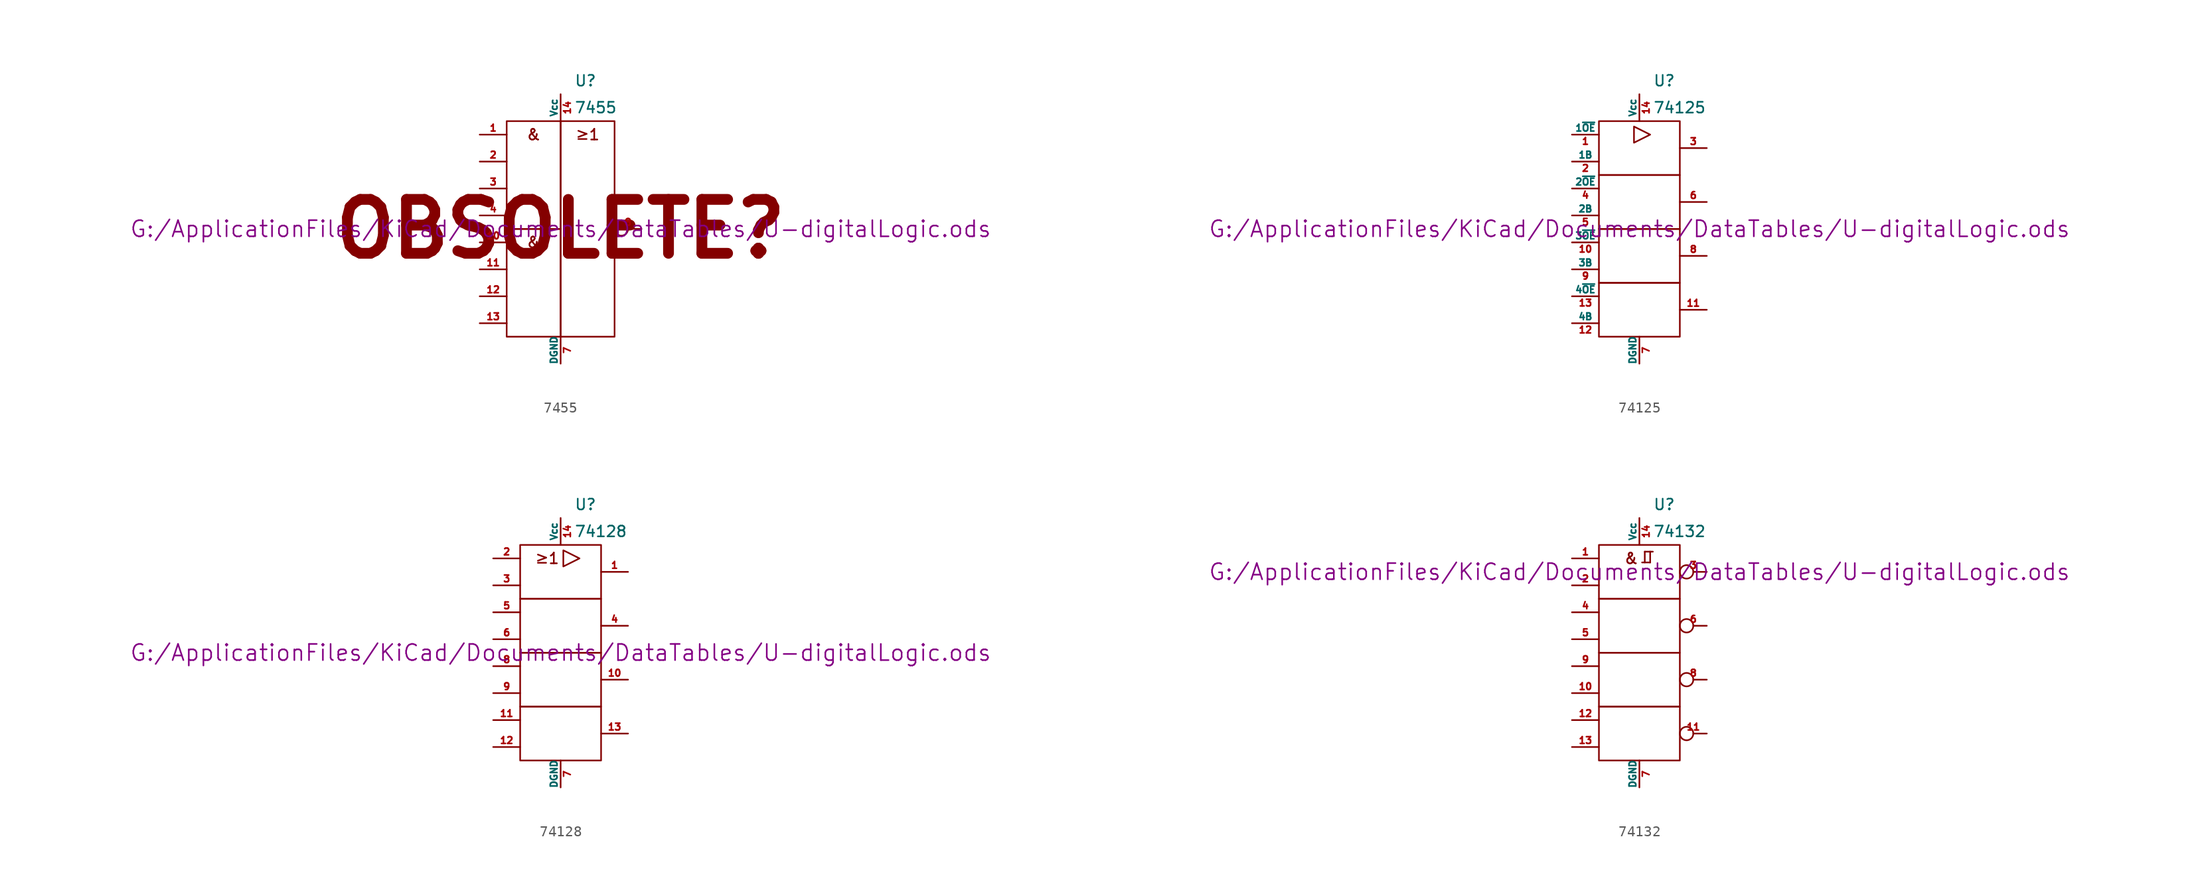
<source format=kicad_sym>
(kicad_symbol_lib
  (version 20211014)
  (generator kicad_symbol_editor)
  (symbol "7455"
    (pin_names
      (offset 0))
    (property "Reference" "U"
      (at 1.27 13.97 0)
      (effects (font (size 1.016 1.016)) (justify left)))
    (property "Value" "7455"
      (at 1.27 11.43 0)
      (effects (font (size 1.016 1.016)) (justify left)))
    (property "Footprint" ""
      (at 0 0 0)
      (effects (font (size 1.524 1.524))))
    (property "Datasheet" "G:/ApplicationFiles/KiCad/Documents/DataTables/U-digitalLogic.ods"
      (at 0 0 0)
      (effects (font (size 1.524 1.524))))
    (symbol "7455_0_0"
      (rectangle (start -5.08 0) (end 0 -10.16) (stroke (width 0) (type default) (color 0 0 0 0)) (fill (type none)))
      (rectangle (start -5.08 10.16) (end 0 0) (stroke (width 0) (type default) (color 0 0 0 0)) (fill (type none)))
      (rectangle (start 0 10.16) (end 5.08 -10.16) (stroke (width 0) (type default) (color 0 0 0 0)) (fill (type none)))
      (text "&" (at -2.54 -1.27 0) (effects (font (size 1.016 1.016))))
      (text "&" (at -2.54 8.89 0) (effects (font (size 1.016 1.016))))
      (text "OBSOLETE?" (at 0 0 0) (effects (font (size 5.08 5.08) bold)))
      (text "≥1" (at 2.54 8.89 0) (effects (font (size 1.016 1.016)))))
    (symbol "7455_1_1"
      (pin input line (at -7.62 8.89 0) (length 2.54) (name "~" (effects (font (size 0.635 0.635)))) (number "1" (effects (font (size 0.635 0.635)))))
      (pin input line (at -7.62 -1.27 0) (length 2.54) (name "~" (effects (font (size 0.635 0.635)))) (number "10" (effects (font (size 0.635 0.635)))))
      (pin input line (at -7.62 -3.81 0) (length 2.54) (name "~" (effects (font (size 0.635 0.635)))) (number "11" (effects (font (size 0.635 0.635)))))
      (pin input line (at -7.62 -6.35 0) (length 2.54) (name "~" (effects (font (size 0.635 0.635)))) (number "12" (effects (font (size 0.635 0.635)))))
      (pin input line (at -7.62 -8.89 0) (length 2.54) (name "~" (effects (font (size 0.635 0.635)))) (number "13" (effects (font (size 0.635 0.635)))))
      (pin power_in line (at 0 12.7 270) (length 2.54) (name "Vcc" (effects (font (size 0.635 0.635)))) (number "14" (effects (font (size 0.635 0.635)))))
      (pin input line (at -7.62 6.35 0) (length 2.54) (name "~" (effects (font (size 0.635 0.635)))) (number "2" (effects (font (size 0.635 0.635)))))
      (pin input line (at -7.62 3.81 0) (length 2.54) (name "~" (effects (font (size 0.635 0.635)))) (number "3" (effects (font (size 0.635 0.635)))))
      (pin input line (at -7.62 1.27 0) (length 2.54) (name "~" (effects (font (size 0.635 0.635)))) (number "4" (effects (font (size 0.635 0.635)))))
      (pin power_in line (at 0 -12.7 90) (length 2.54) (name "DGND" (effects (font (size 0.635 0.635)))) (number "7" (effects (font (size 0.635 0.635)))))
      (pin output inverted (at 7.62 0 180) (length 2.54) (name "~" (effects (font (size 0.635 0.635)))) (number "8" (effects (font (size 0.635 0.635)))))))
  (symbol "74125"
    (pin_names
      (offset 0))
    (property "Reference" "U"
      (at 1.27 13.97 0)
      (effects (font (size 1.016 1.016)) (justify left)))
    (property "Value" "74125"
      (at 1.27 11.43 0)
      (effects (font (size 1.016 1.016)) (justify left)))
    (property "Footprint" ""
      (at 0 0 0)
      (effects (font (size 1.524 1.524))))
    (property "Datasheet" "G:/ApplicationFiles/KiCad/Documents/DataTables/U-digitalLogic.ods"
      (at 0 0 0)
      (effects (font (size 1.524 1.524))))
    (symbol "74125_0_0"
      (rectangle (start -3.81 -5.08) (end 3.81 -10.16) (stroke (width 0) (type default) (color 0 0 0 0)) (fill (type none)))
      (rectangle (start -3.81 0) (end 3.81 -5.08) (stroke (width 0) (type default) (color 0 0 0 0)) (fill (type none)))
      (rectangle (start -3.81 5.08) (end 3.81 0) (stroke (width 0) (type default) (color 0 0 0 0)) (fill (type none)))
      (rectangle (start -3.81 10.16) (end 3.81 5.08) (stroke (width 0) (type default) (color 0 0 0 0)) (fill (type none))))
    (symbol "74125_0_1"
      (polyline (pts (xy -0.508 9.652) (xy -0.508 8.128) (xy 1.016 8.89) (xy -0.508 9.652)) (stroke (width 0) (type default) (color 0 0 0 0)) (fill (type none))))
    (symbol "74125_1_1"
      (pin input line (at -6.35 8.89 0) (length 2.54) (name "1~{OE}" (effects (font (size 0.635 0.635)))) (number "1" (effects (font (size 0.635 0.635)))))
      (pin input line (at -6.35 -1.27 0) (length 2.54) (name "3~{OE}" (effects (font (size 0.635 0.635)))) (number "10" (effects (font (size 0.635 0.635)))))
      (pin tri_state line (at 6.35 -7.62 180) (length 2.54) (name "~" (effects (font (size 0.635 0.635)))) (number "11" (effects (font (size 0.635 0.635)))))
      (pin input line (at -6.35 -8.89 0) (length 2.54) (name "4B" (effects (font (size 0.635 0.635)))) (number "12" (effects (font (size 0.635 0.635)))))
      (pin input line (at -6.35 -6.35 0) (length 2.54) (name "4~{OE}" (effects (font (size 0.635 0.635)))) (number "13" (effects (font (size 0.635 0.635)))))
      (pin power_in line (at 0 12.7 270) (length 2.54) (name "Vcc" (effects (font (size 0.635 0.635)))) (number "14" (effects (font (size 0.635 0.635)))))
      (pin input line (at -6.35 6.35 0) (length 2.54) (name "1B" (effects (font (size 0.635 0.635)))) (number "2" (effects (font (size 0.635 0.635)))))
      (pin tri_state line (at 6.35 7.62 180) (length 2.54) (name "~" (effects (font (size 0.635 0.635)))) (number "3" (effects (font (size 0.635 0.635)))))
      (pin input line (at -6.35 3.81 0) (length 2.54) (name "2~{OE}" (effects (font (size 0.635 0.635)))) (number "4" (effects (font (size 0.635 0.635)))))
      (pin input line (at -6.35 1.27 0) (length 2.54) (name "2B" (effects (font (size 0.635 0.635)))) (number "5" (effects (font (size 0.635 0.635)))))
      (pin tri_state line (at 6.35 2.54 180) (length 2.54) (name "~" (effects (font (size 0.635 0.635)))) (number "6" (effects (font (size 0.635 0.635)))))
      (pin power_in line (at 0 -12.7 90) (length 2.54) (name "DGND" (effects (font (size 0.635 0.635)))) (number "7" (effects (font (size 0.635 0.635)))))
      (pin tri_state line (at 6.35 -2.54 180) (length 2.54) (name "~" (effects (font (size 0.635 0.635)))) (number "8" (effects (font (size 0.635 0.635)))))
      (pin input line (at -6.35 -3.81 0) (length 2.54) (name "3B" (effects (font (size 0.635 0.635)))) (number "9" (effects (font (size 0.635 0.635)))))))
  (symbol "74128"
    (pin_names
      (offset 0))
    (property "Reference" "U"
      (at 1.27 13.97 0)
      (effects (font (size 1.016 1.016)) (justify left)))
    (property "Value" "74128"
      (at 1.27 11.43 0)
      (effects (font (size 1.016 1.016)) (justify left)))
    (property "Footprint" ""
      (at 0 0 0)
      (effects (font (size 1.524 1.524))))
    (property "Datasheet" "G:/ApplicationFiles/KiCad/Documents/DataTables/U-digitalLogic.ods"
      (at 0 0 0)
      (effects (font (size 1.524 1.524))))
    (symbol "74128_0_0"
      (polyline (pts (xy 0.254 9.652) (xy 0.254 8.128) (xy 1.778 8.89) (xy 0.254 9.652)) (stroke (width 0) (type default) (color 0 0 0 0)) (fill (type none)))
      (text "≥1" (at -1.27 8.89 0) (effects (font (size 1.016 1.016)))))
    (symbol "74128_0_1"
      (rectangle (start -3.81 -5.08) (end 3.81 -10.16) (stroke (width 0) (type default) (color 0 0 0 0)) (fill (type none)))
      (rectangle (start -3.81 0) (end 3.81 -5.08) (stroke (width 0) (type default) (color 0 0 0 0)) (fill (type none)))
      (rectangle (start -3.81 5.08) (end 3.81 0) (stroke (width 0) (type default) (color 0 0 0 0)) (fill (type none)))
      (rectangle (start -3.81 10.16) (end 3.81 5.08) (stroke (width 0) (type default) (color 0 0 0 0)) (fill (type none))))
    (symbol "74128_1_1"
      (pin output line (at 6.35 7.62 180) (length 2.54) (name "~" (effects (font (size 0.635 0.635)))) (number "1" (effects (font (size 0.635 0.635)))))
      (pin output line (at 6.35 -2.54 180) (length 2.54) (name "~" (effects (font (size 0.635 0.635)))) (number "10" (effects (font (size 0.635 0.635)))))
      (pin input line (at -6.35 -6.35 0) (length 2.54) (name "~" (effects (font (size 0.635 0.635)))) (number "11" (effects (font (size 0.635 0.635)))))
      (pin input line (at -6.35 -8.89 0) (length 2.54) (name "~" (effects (font (size 0.635 0.635)))) (number "12" (effects (font (size 0.635 0.635)))))
      (pin output line (at 6.35 -7.62 180) (length 2.54) (name "~" (effects (font (size 0.635 0.635)))) (number "13" (effects (font (size 0.635 0.635)))))
      (pin power_in line (at 0 12.7 270) (length 2.54) (name "Vcc" (effects (font (size 0.635 0.635)))) (number "14" (effects (font (size 0.635 0.635)))))
      (pin input line (at -6.35 8.89 0) (length 2.54) (name "~" (effects (font (size 0.635 0.635)))) (number "2" (effects (font (size 0.635 0.635)))))
      (pin input line (at -6.35 6.35 0) (length 2.54) (name "~" (effects (font (size 0.635 0.635)))) (number "3" (effects (font (size 0.635 0.635)))))
      (pin output line (at 6.35 2.54 180) (length 2.54) (name "~" (effects (font (size 0.635 0.635)))) (number "4" (effects (font (size 0.635 0.635)))))
      (pin input line (at -6.35 3.81 0) (length 2.54) (name "~" (effects (font (size 0.635 0.635)))) (number "5" (effects (font (size 0.635 0.635)))))
      (pin input line (at -6.35 1.27 0) (length 2.54) (name "~" (effects (font (size 0.635 0.635)))) (number "6" (effects (font (size 0.635 0.635)))))
      (pin power_in line (at 0 -12.7 90) (length 2.54) (name "DGND" (effects (font (size 0.635 0.635)))) (number "7" (effects (font (size 0.635 0.635)))))
      (pin input line (at -6.35 -1.27 0) (length 2.54) (name "~" (effects (font (size 0.635 0.635)))) (number "8" (effects (font (size 0.635 0.635)))))
      (pin input line (at -6.35 -3.81 0) (length 2.54) (name "~" (effects (font (size 0.635 0.635)))) (number "9" (effects (font (size 0.635 0.635)))))))
  (symbol "74132"
    (pin_names
      (offset 0))
    (property "Reference" "U"
      (at 1.27 13.97 0)
      (effects (font (size 1.016 1.016)) (justify left)))
    (property "Value" "74132"
      (at 1.27 11.43 0)
      (effects (font (size 1.016 1.016)) (justify left)))
    (property "Footprint" ""
      (at 0 7.62 0)
      (effects (font (size 1.524 1.524))))
    (property "Datasheet" "G:/ApplicationFiles/KiCad/Documents/DataTables/U-digitalLogic.ods"
      (at 0 7.62 0)
      (effects (font (size 1.524 1.524))))
    (symbol "74132_0_0"
      (polyline (pts (xy 0.254 8.509) (xy 1.016 8.509)) (stroke (width 0) (type default) (color 0 0 0 0)) (fill (type none)))
      (polyline (pts (xy 0.508 8.509) (xy 0.508 9.525)) (stroke (width 0) (type default) (color 0 0 0 0)) (fill (type none)))
      (polyline (pts (xy 0.508 9.525) (xy 1.27 9.525)) (stroke (width 0) (type default) (color 0 0 0 0)) (fill (type none)))
      (polyline (pts (xy 1.016 8.509) (xy 1.016 8.509)) (stroke (width 0) (type default) (color 0 0 0 0)) (fill (type none)))
      (polyline (pts (xy 1.016 8.509) (xy 1.016 9.525)) (stroke (width 0) (type default) (color 0 0 0 0)) (fill (type none)))
      (text "&" (at -0.762 8.89 0) (effects (font (size 1.016 1.016)))))
    (symbol "74132_0_1"
      (rectangle (start -3.81 -5.08) (end 3.81 -10.16) (stroke (width 0) (type default) (color 0 0 0 0)) (fill (type none)))
      (rectangle (start -3.81 0) (end 3.81 -5.08) (stroke (width 0) (type default) (color 0 0 0 0)) (fill (type none)))
      (rectangle (start -3.81 5.08) (end 3.81 0) (stroke (width 0) (type default) (color 0 0 0 0)) (fill (type none)))
      (rectangle (start -3.81 10.16) (end 3.81 5.08) (stroke (width 0) (type default) (color 0 0 0 0)) (fill (type none))))
    (symbol "74132_1_1"
      (pin input line (at -6.35 8.89 0) (length 2.54) (name "~" (effects (font (size 0.635 0.635)))) (number "1" (effects (font (size 0.635 0.635)))))
      (pin input line (at -6.35 -3.81 0) (length 2.54) (name "~" (effects (font (size 0.635 0.635)))) (number "10" (effects (font (size 0.635 0.635)))))
      (pin output inverted (at 6.35 -7.62 180) (length 2.54) (name "~" (effects (font (size 0.635 0.635)))) (number "11" (effects (font (size 0.635 0.635)))))
      (pin input line (at -6.35 -6.35 0) (length 2.54) (name "~" (effects (font (size 0.635 0.635)))) (number "12" (effects (font (size 0.635 0.635)))))
      (pin input line (at -6.35 -8.89 0) (length 2.54) (name "~" (effects (font (size 0.635 0.635)))) (number "13" (effects (font (size 0.635 0.635)))))
      (pin power_in line (at 0 12.7 270) (length 2.54) (name "Vcc" (effects (font (size 0.635 0.635)))) (number "14" (effects (font (size 0.635 0.635)))))
      (pin input line (at -6.35 6.35 0) (length 2.54) (name "~" (effects (font (size 0.635 0.635)))) (number "2" (effects (font (size 0.635 0.635)))))
      (pin output inverted (at 6.35 7.62 180) (length 2.54) (name "~" (effects (font (size 0.635 0.635)))) (number "3" (effects (font (size 0.635 0.635)))))
      (pin input line (at -6.35 3.81 0) (length 2.54) (name "~" (effects (font (size 0.635 0.635)))) (number "4" (effects (font (size 0.635 0.635)))))
      (pin input line (at -6.35 1.27 0) (length 2.54) (name "~" (effects (font (size 0.635 0.635)))) (number "5" (effects (font (size 0.635 0.635)))))
      (pin output inverted (at 6.35 2.54 180) (length 2.54) (name "~" (effects (font (size 0.635 0.635)))) (number "6" (effects (font (size 0.635 0.635)))))
      (pin power_in line (at 0 -12.7 90) (length 2.54) (name "DGND" (effects (font (size 0.635 0.635)))) (number "7" (effects (font (size 0.635 0.635)))))
      (pin output inverted (at 6.35 -2.54 180) (length 2.54) (name "~" (effects (font (size 0.635 0.635)))) (number "8" (effects (font (size 0.635 0.635)))))
      (pin input line (at -6.35 -1.27 0) (length 2.54) (name "~" (effects (font (size 0.635 0.635)))) (number "9" (effects (font (size 0.635 0.635))))))))
</source>
